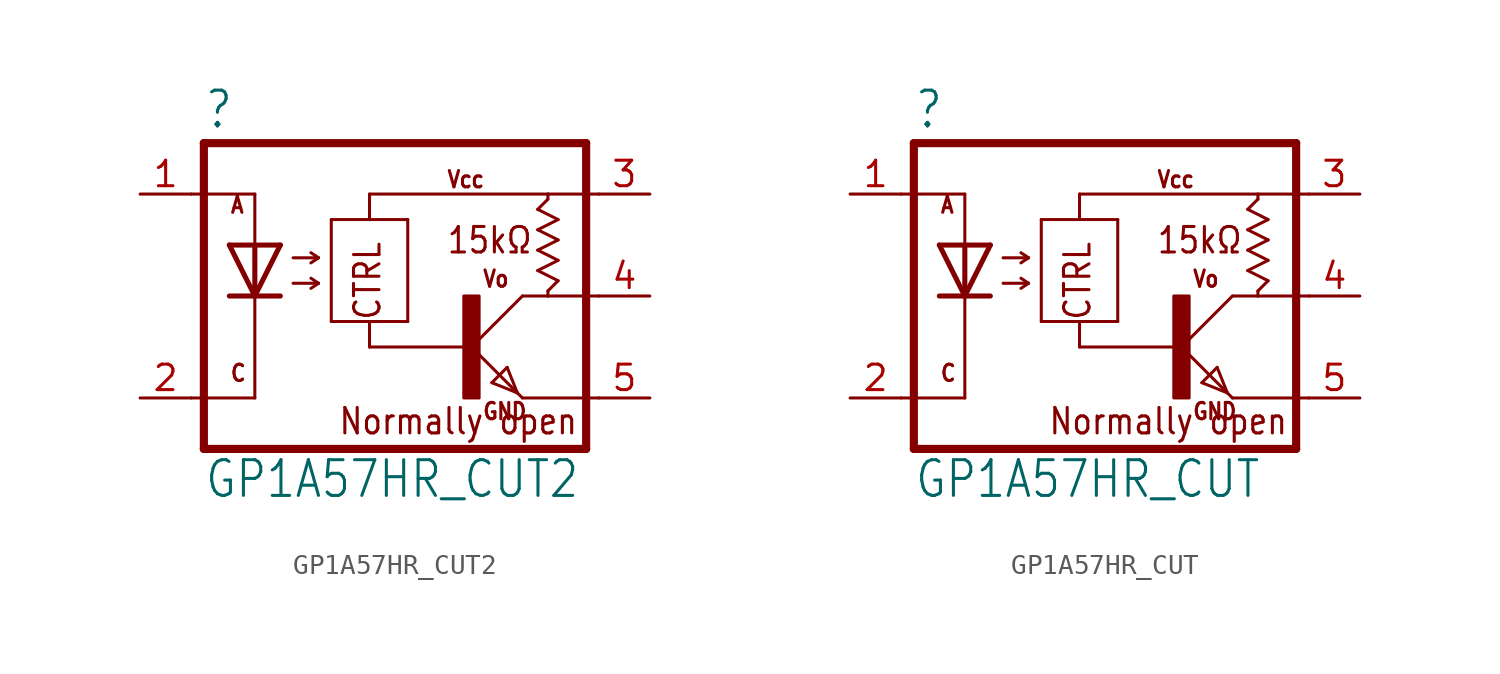
<source format=kicad_sym>
(kicad_symbol_lib
  (version 20211014)
  (generator kicad_symbol_editor)
  (symbol "GP1A57HR_CUT2"
    (property "Reference" ""
      (at -9.525 8.255 0)
      (effects (font (size 1.778 1.511)) (justify left bottom)))
    (property "Value" "GP1A57HR_CUT2"
      (at -9.525 -10.16 0)
      (effects (font (size 1.778 1.511)) (justify left bottom)))
    (property "ki_locked" ""
      (at 0 0 0)
      (effects (font (size 1.27 1.27))))
    (symbol "GP1A57HR_CUT2_1_0"
      (polyline (pts (xy -10.16 -5.08) (xy -6.985 -5.08)) (stroke (width 0.152) (type default) (color 0 0 0 0)) (fill (type none)))
      (polyline (pts (xy -10.16 5.08) (xy -6.985 5.08)) (stroke (width 0.152) (type default) (color 0 0 0 0)) (fill (type none)))
      (polyline (pts (xy -9.525 7.62) (xy -9.525 -7.62)) (stroke (width 0.406) (type default) (color 0 0 0 0)) (fill (type none)))
      (polyline (pts (xy -6.985 -5.08) (xy -6.985 0)) (stroke (width 0.152) (type default) (color 0 0 0 0)) (fill (type none)))
      (polyline (pts (xy -6.985 0) (xy -8.255 0)) (stroke (width 0.254) (type default) (color 0 0 0 0)) (fill (type none)))
      (polyline (pts (xy -6.985 0) (xy -8.255 2.54)) (stroke (width 0.254) (type default) (color 0 0 0 0)) (fill (type none)))
      (polyline (pts (xy -6.985 2.54) (xy -8.255 2.54)) (stroke (width 0.254) (type default) (color 0 0 0 0)) (fill (type none)))
      (polyline (pts (xy -6.985 2.54) (xy -6.985 0)) (stroke (width 0.254) (type default) (color 0 0 0 0)) (fill (type none)))
      (polyline (pts (xy -6.985 2.54) (xy -6.985 5.08)) (stroke (width 0.152) (type default) (color 0 0 0 0)) (fill (type none)))
      (polyline (pts (xy -5.715 0) (xy -6.985 0)) (stroke (width 0.254) (type default) (color 0 0 0 0)) (fill (type none)))
      (polyline (pts (xy -5.715 2.54) (xy -6.985 0)) (stroke (width 0.254) (type default) (color 0 0 0 0)) (fill (type none)))
      (polyline (pts (xy -5.715 2.54) (xy -6.985 2.54)) (stroke (width 0.254) (type default) (color 0 0 0 0)) (fill (type none)))
      (polyline (pts (xy -5.08 0.635) (xy -3.81 0.635)) (stroke (width 0.152) (type default) (color 0 0 0 0)) (fill (type none)))
      (polyline (pts (xy -5.08 1.905) (xy -3.81 1.905)) (stroke (width 0.152) (type default) (color 0 0 0 0)) (fill (type none)))
      (polyline (pts (xy -3.81 0.635) (xy -4.191 0.381)) (stroke (width 0.152) (type default) (color 0 0 0 0)) (fill (type none)))
      (polyline (pts (xy -3.81 0.635) (xy -4.191 0.889)) (stroke (width 0.152) (type default) (color 0 0 0 0)) (fill (type none)))
      (polyline (pts (xy -3.81 1.905) (xy -4.191 1.651)) (stroke (width 0.152) (type default) (color 0 0 0 0)) (fill (type none)))
      (polyline (pts (xy -3.81 1.905) (xy -4.191 2.159)) (stroke (width 0.152) (type default) (color 0 0 0 0)) (fill (type none)))
      (polyline (pts (xy -3.175 -1.27) (xy -3.175 3.81)) (stroke (width 0.152) (type default) (color 0 0 0 0)) (fill (type none)))
      (polyline (pts (xy -3.175 3.81) (xy -1.27 3.81)) (stroke (width 0.152) (type default) (color 0 0 0 0)) (fill (type none)))
      (polyline (pts (xy -1.27 -2.54) (xy -1.27 -1.27)) (stroke (width 0.152) (type default) (color 0 0 0 0)) (fill (type none)))
      (polyline (pts (xy -1.27 -2.54) (xy 3.81 -2.54)) (stroke (width 0.152) (type default) (color 0 0 0 0)) (fill (type none)))
      (polyline (pts (xy -1.27 -1.27) (xy -3.175 -1.27)) (stroke (width 0.152) (type default) (color 0 0 0 0)) (fill (type none)))
      (polyline (pts (xy -1.27 3.81) (xy 0.635 3.81)) (stroke (width 0.152) (type default) (color 0 0 0 0)) (fill (type none)))
      (polyline (pts (xy -1.27 5.08) (xy -1.27 3.81)) (stroke (width 0.152) (type default) (color 0 0 0 0)) (fill (type none)))
      (polyline (pts (xy -1.27 5.08) (xy 7.62 5.08)) (stroke (width 0.152) (type default) (color 0 0 0 0)) (fill (type none)))
      (polyline (pts (xy 0.635 -1.27) (xy -1.27 -1.27)) (stroke (width 0.152) (type default) (color 0 0 0 0)) (fill (type none)))
      (polyline (pts (xy 0.635 3.81) (xy 0.635 -1.27)) (stroke (width 0.152) (type default) (color 0 0 0 0)) (fill (type none)))
      (polyline (pts (xy 3.81 -2.54) (xy 6.096 -4.826)) (stroke (width 0.152) (type default) (color 0 0 0 0)) (fill (type none)))
      (polyline (pts (xy 4.826 -4.318) (xy 5.588 -3.556)) (stroke (width 0.152) (type default) (color 0 0 0 0)) (fill (type none)))
      (polyline (pts (xy 5.588 -3.556) (xy 6.096 -4.826)) (stroke (width 0.152) (type default) (color 0 0 0 0)) (fill (type none)))
      (polyline (pts (xy 6.096 -4.826) (xy 4.826 -4.318)) (stroke (width 0.152) (type default) (color 0 0 0 0)) (fill (type none)))
      (polyline (pts (xy 6.096 -4.826) (xy 6.35 -5.08)) (stroke (width 0.152) (type default) (color 0 0 0 0)) (fill (type none)))
      (polyline (pts (xy 6.35 -5.08) (xy 10.16 -5.08)) (stroke (width 0.152) (type default) (color 0 0 0 0)) (fill (type none)))
      (polyline (pts (xy 6.35 0) (xy 3.81 -2.54)) (stroke (width 0.152) (type default) (color 0 0 0 0)) (fill (type none)))
      (polyline (pts (xy 6.35 0) (xy 7.62 0)) (stroke (width 0.152) (type default) (color 0 0 0 0)) (fill (type none)))
      (polyline (pts (xy 7.112 1.27) (xy 8.128 0.762)) (stroke (width 0.152) (type default) (color 0 0 0 0)) (fill (type none)))
      (polyline (pts (xy 7.112 2.286) (xy 8.128 1.778)) (stroke (width 0.152) (type default) (color 0 0 0 0)) (fill (type none)))
      (polyline (pts (xy 7.112 3.302) (xy 8.128 2.794)) (stroke (width 0.152) (type default) (color 0 0 0 0)) (fill (type none)))
      (polyline (pts (xy 7.112 4.318) (xy 8.128 3.81)) (stroke (width 0.152) (type default) (color 0 0 0 0)) (fill (type none)))
      (polyline (pts (xy 7.62 0) (xy 7.62 0.254)) (stroke (width 0.152) (type default) (color 0 0 0 0)) (fill (type none)))
      (polyline (pts (xy 7.62 0) (xy 10.16 0)) (stroke (width 0.152) (type default) (color 0 0 0 0)) (fill (type none)))
      (polyline (pts (xy 7.62 4.826) (xy 7.112 4.318)) (stroke (width 0.152) (type default) (color 0 0 0 0)) (fill (type none)))
      (polyline (pts (xy 7.62 5.08) (xy 7.62 4.826)) (stroke (width 0.152) (type default) (color 0 0 0 0)) (fill (type none)))
      (polyline (pts (xy 7.62 5.08) (xy 10.16 5.08)) (stroke (width 0.152) (type default) (color 0 0 0 0)) (fill (type none)))
      (polyline (pts (xy 8.128 0.762) (xy 7.62 0.254)) (stroke (width 0.152) (type default) (color 0 0 0 0)) (fill (type none)))
      (polyline (pts (xy 8.128 1.778) (xy 7.112 1.27)) (stroke (width 0.152) (type default) (color 0 0 0 0)) (fill (type none)))
      (polyline (pts (xy 8.128 2.794) (xy 7.112 2.286)) (stroke (width 0.152) (type default) (color 0 0 0 0)) (fill (type none)))
      (polyline (pts (xy 8.128 3.81) (xy 7.112 3.302)) (stroke (width 0.152) (type default) (color 0 0 0 0)) (fill (type none)))
      (polyline (pts (xy 9.525 -7.62) (xy -9.525 -7.62)) (stroke (width 0.406) (type default) (color 0 0 0 0)) (fill (type none)))
      (polyline (pts (xy 9.525 7.62) (xy -9.525 7.62)) (stroke (width 0.406) (type default) (color 0 0 0 0)) (fill (type none)))
      (polyline (pts (xy 9.525 7.62) (xy 9.525 -7.62)) (stroke (width 0.406) (type default) (color 0 0 0 0)) (fill (type none)))
      (rectangle (start 3.429 -5.08) (end 4.191 0) (stroke (width 0) (type default) (color 0 0 0 0)) (fill (type outline)))
      (text "15kΩ " (at 2.54 2.032 0) (effects (font (size 1.27 1.079)) (justify left bottom)))
      (text "A" (at -8.255 4.064 0) (effects (font (size 0.813 0.691)) (justify left bottom)))
      (text "C" (at -8.255 -4.318 0) (effects (font (size 0.813 0.691)) (justify left bottom)))
      (text "CTRL" (at -0.635 -1.27 900) (effects (font (size 1.27 1.079)) (justify left bottom)))
      (text "GND" (at 4.318 -6.223 0) (effects (font (size 0.813 0.691)) (justify left bottom)))
      (text "Normally open" (at -2.857 -6.985 0) (effects (font (size 1.27 1.079)) (justify left bottom)))
      (text "Vcc" (at 2.54 5.334 0) (effects (font (size 0.813 0.691)) (justify left bottom)))
      (text "Vo" (at 4.318 0.381 0) (effects (font (size 0.813 0.691)) (justify left bottom)))
      (pin passive line (at -12.7 5.08 0) (length 2.54) (name "A" (effects (font (size 0 0)))) (number "1" (effects (font (size 1.27 1.27)))))
      (pin passive line (at -12.7 -5.08 0) (length 2.54) (name "C" (effects (font (size 0 0)))) (number "2" (effects (font (size 1.27 1.27)))))
      (pin passive line (at 12.7 5.08 180) (length 2.54) (name "VCC" (effects (font (size 0 0)))) (number "3" (effects (font (size 1.27 1.27)))))
      (pin passive line (at 12.7 0 180) (length 2.54) (name "VO" (effects (font (size 0 0)))) (number "4" (effects (font (size 1.27 1.27)))))
      (pin passive line (at 12.7 -5.08 180) (length 2.54) (name "GND" (effects (font (size 0 0)))) (number "5" (effects (font (size 1.27 1.27)))))))
  (symbol "GP1A57HR_CUT"
    (property "Reference" ""
      (at -9.525 8.255 0)
      (effects (font (size 1.778 1.511)) (justify left bottom)))
    (property "Value" "GP1A57HR_CUT"
      (at -9.525 -10.16 0)
      (effects (font (size 1.778 1.511)) (justify left bottom)))
    (property "ki_locked" ""
      (at 0 0 0)
      (effects (font (size 1.27 1.27))))
    (symbol "GP1A57HR_CUT_1_0"
      (polyline (pts (xy -10.16 -5.08) (xy -6.985 -5.08)) (stroke (width 0.152) (type default) (color 0 0 0 0)) (fill (type none)))
      (polyline (pts (xy -10.16 5.08) (xy -6.985 5.08)) (stroke (width 0.152) (type default) (color 0 0 0 0)) (fill (type none)))
      (polyline (pts (xy -9.525 7.62) (xy -9.525 -7.62)) (stroke (width 0.406) (type default) (color 0 0 0 0)) (fill (type none)))
      (polyline (pts (xy -6.985 -5.08) (xy -6.985 0)) (stroke (width 0.152) (type default) (color 0 0 0 0)) (fill (type none)))
      (polyline (pts (xy -6.985 0) (xy -8.255 0)) (stroke (width 0.254) (type default) (color 0 0 0 0)) (fill (type none)))
      (polyline (pts (xy -6.985 0) (xy -8.255 2.54)) (stroke (width 0.254) (type default) (color 0 0 0 0)) (fill (type none)))
      (polyline (pts (xy -6.985 2.54) (xy -8.255 2.54)) (stroke (width 0.254) (type default) (color 0 0 0 0)) (fill (type none)))
      (polyline (pts (xy -6.985 2.54) (xy -6.985 0)) (stroke (width 0.254) (type default) (color 0 0 0 0)) (fill (type none)))
      (polyline (pts (xy -6.985 2.54) (xy -6.985 5.08)) (stroke (width 0.152) (type default) (color 0 0 0 0)) (fill (type none)))
      (polyline (pts (xy -5.715 0) (xy -6.985 0)) (stroke (width 0.254) (type default) (color 0 0 0 0)) (fill (type none)))
      (polyline (pts (xy -5.715 2.54) (xy -6.985 0)) (stroke (width 0.254) (type default) (color 0 0 0 0)) (fill (type none)))
      (polyline (pts (xy -5.715 2.54) (xy -6.985 2.54)) (stroke (width 0.254) (type default) (color 0 0 0 0)) (fill (type none)))
      (polyline (pts (xy -5.08 0.635) (xy -3.81 0.635)) (stroke (width 0.152) (type default) (color 0 0 0 0)) (fill (type none)))
      (polyline (pts (xy -5.08 1.905) (xy -3.81 1.905)) (stroke (width 0.152) (type default) (color 0 0 0 0)) (fill (type none)))
      (polyline (pts (xy -3.81 0.635) (xy -4.191 0.381)) (stroke (width 0.152) (type default) (color 0 0 0 0)) (fill (type none)))
      (polyline (pts (xy -3.81 0.635) (xy -4.191 0.889)) (stroke (width 0.152) (type default) (color 0 0 0 0)) (fill (type none)))
      (polyline (pts (xy -3.81 1.905) (xy -4.191 1.651)) (stroke (width 0.152) (type default) (color 0 0 0 0)) (fill (type none)))
      (polyline (pts (xy -3.81 1.905) (xy -4.191 2.159)) (stroke (width 0.152) (type default) (color 0 0 0 0)) (fill (type none)))
      (polyline (pts (xy -3.175 -1.27) (xy -3.175 3.81)) (stroke (width 0.152) (type default) (color 0 0 0 0)) (fill (type none)))
      (polyline (pts (xy -3.175 3.81) (xy -1.27 3.81)) (stroke (width 0.152) (type default) (color 0 0 0 0)) (fill (type none)))
      (polyline (pts (xy -1.27 -2.54) (xy -1.27 -1.27)) (stroke (width 0.152) (type default) (color 0 0 0 0)) (fill (type none)))
      (polyline (pts (xy -1.27 -2.54) (xy 3.81 -2.54)) (stroke (width 0.152) (type default) (color 0 0 0 0)) (fill (type none)))
      (polyline (pts (xy -1.27 -1.27) (xy -3.175 -1.27)) (stroke (width 0.152) (type default) (color 0 0 0 0)) (fill (type none)))
      (polyline (pts (xy -1.27 3.81) (xy 0.635 3.81)) (stroke (width 0.152) (type default) (color 0 0 0 0)) (fill (type none)))
      (polyline (pts (xy -1.27 5.08) (xy -1.27 3.81)) (stroke (width 0.152) (type default) (color 0 0 0 0)) (fill (type none)))
      (polyline (pts (xy -1.27 5.08) (xy 7.62 5.08)) (stroke (width 0.152) (type default) (color 0 0 0 0)) (fill (type none)))
      (polyline (pts (xy 0.635 -1.27) (xy -1.27 -1.27)) (stroke (width 0.152) (type default) (color 0 0 0 0)) (fill (type none)))
      (polyline (pts (xy 0.635 3.81) (xy 0.635 -1.27)) (stroke (width 0.152) (type default) (color 0 0 0 0)) (fill (type none)))
      (polyline (pts (xy 3.81 -2.54) (xy 6.096 -4.826)) (stroke (width 0.152) (type default) (color 0 0 0 0)) (fill (type none)))
      (polyline (pts (xy 4.826 -4.318) (xy 5.588 -3.556)) (stroke (width 0.152) (type default) (color 0 0 0 0)) (fill (type none)))
      (polyline (pts (xy 5.588 -3.556) (xy 6.096 -4.826)) (stroke (width 0.152) (type default) (color 0 0 0 0)) (fill (type none)))
      (polyline (pts (xy 6.096 -4.826) (xy 4.826 -4.318)) (stroke (width 0.152) (type default) (color 0 0 0 0)) (fill (type none)))
      (polyline (pts (xy 6.096 -4.826) (xy 6.35 -5.08)) (stroke (width 0.152) (type default) (color 0 0 0 0)) (fill (type none)))
      (polyline (pts (xy 6.35 -5.08) (xy 10.16 -5.08)) (stroke (width 0.152) (type default) (color 0 0 0 0)) (fill (type none)))
      (polyline (pts (xy 6.35 0) (xy 3.81 -2.54)) (stroke (width 0.152) (type default) (color 0 0 0 0)) (fill (type none)))
      (polyline (pts (xy 6.35 0) (xy 7.62 0)) (stroke (width 0.152) (type default) (color 0 0 0 0)) (fill (type none)))
      (polyline (pts (xy 7.112 1.27) (xy 8.128 0.762)) (stroke (width 0.152) (type default) (color 0 0 0 0)) (fill (type none)))
      (polyline (pts (xy 7.112 2.286) (xy 8.128 1.778)) (stroke (width 0.152) (type default) (color 0 0 0 0)) (fill (type none)))
      (polyline (pts (xy 7.112 3.302) (xy 8.128 2.794)) (stroke (width 0.152) (type default) (color 0 0 0 0)) (fill (type none)))
      (polyline (pts (xy 7.112 4.318) (xy 8.128 3.81)) (stroke (width 0.152) (type default) (color 0 0 0 0)) (fill (type none)))
      (polyline (pts (xy 7.62 0) (xy 7.62 0.254)) (stroke (width 0.152) (type default) (color 0 0 0 0)) (fill (type none)))
      (polyline (pts (xy 7.62 0) (xy 10.16 0)) (stroke (width 0.152) (type default) (color 0 0 0 0)) (fill (type none)))
      (polyline (pts (xy 7.62 4.826) (xy 7.112 4.318)) (stroke (width 0.152) (type default) (color 0 0 0 0)) (fill (type none)))
      (polyline (pts (xy 7.62 5.08) (xy 7.62 4.826)) (stroke (width 0.152) (type default) (color 0 0 0 0)) (fill (type none)))
      (polyline (pts (xy 7.62 5.08) (xy 10.16 5.08)) (stroke (width 0.152) (type default) (color 0 0 0 0)) (fill (type none)))
      (polyline (pts (xy 8.128 0.762) (xy 7.62 0.254)) (stroke (width 0.152) (type default) (color 0 0 0 0)) (fill (type none)))
      (polyline (pts (xy 8.128 1.778) (xy 7.112 1.27)) (stroke (width 0.152) (type default) (color 0 0 0 0)) (fill (type none)))
      (polyline (pts (xy 8.128 2.794) (xy 7.112 2.286)) (stroke (width 0.152) (type default) (color 0 0 0 0)) (fill (type none)))
      (polyline (pts (xy 8.128 3.81) (xy 7.112 3.302)) (stroke (width 0.152) (type default) (color 0 0 0 0)) (fill (type none)))
      (polyline (pts (xy 9.525 -7.62) (xy -9.525 -7.62)) (stroke (width 0.406) (type default) (color 0 0 0 0)) (fill (type none)))
      (polyline (pts (xy 9.525 7.62) (xy -9.525 7.62)) (stroke (width 0.406) (type default) (color 0 0 0 0)) (fill (type none)))
      (polyline (pts (xy 9.525 7.62) (xy 9.525 -7.62)) (stroke (width 0.406) (type default) (color 0 0 0 0)) (fill (type none)))
      (rectangle (start 3.429 -5.08) (end 4.191 0) (stroke (width 0) (type default) (color 0 0 0 0)) (fill (type outline)))
      (text "15kΩ " (at 2.54 2.032 0) (effects (font (size 1.27 1.079)) (justify left bottom)))
      (text "A" (at -8.255 4.064 0) (effects (font (size 0.813 0.691)) (justify left bottom)))
      (text "C" (at -8.255 -4.318 0) (effects (font (size 0.813 0.691)) (justify left bottom)))
      (text "CTRL" (at -0.635 -1.27 900) (effects (font (size 1.27 1.079)) (justify left bottom)))
      (text "GND" (at 4.318 -6.223 0) (effects (font (size 0.813 0.691)) (justify left bottom)))
      (text "Normally open" (at -2.857 -6.985 0) (effects (font (size 1.27 1.079)) (justify left bottom)))
      (text "Vcc" (at 2.54 5.334 0) (effects (font (size 0.813 0.691)) (justify left bottom)))
      (text "Vo" (at 4.318 0.381 0) (effects (font (size 0.813 0.691)) (justify left bottom)))
      (pin passive line (at -12.7 5.08 0) (length 2.54) (name "A" (effects (font (size 0 0)))) (number "1" (effects (font (size 1.27 1.27)))))
      (pin passive line (at -12.7 -5.08 0) (length 2.54) (name "C" (effects (font (size 0 0)))) (number "2" (effects (font (size 1.27 1.27)))))
      (pin passive line (at 12.7 5.08 180) (length 2.54) (name "VCC" (effects (font (size 0 0)))) (number "3" (effects (font (size 1.27 1.27)))))
      (pin passive line (at 12.7 0 180) (length 2.54) (name "VO" (effects (font (size 0 0)))) (number "4" (effects (font (size 1.27 1.27)))))
      (pin passive line (at 12.7 -5.08 180) (length 2.54) (name "GND" (effects (font (size 0 0)))) (number "5" (effects (font (size 1.27 1.27))))))))
</source>
